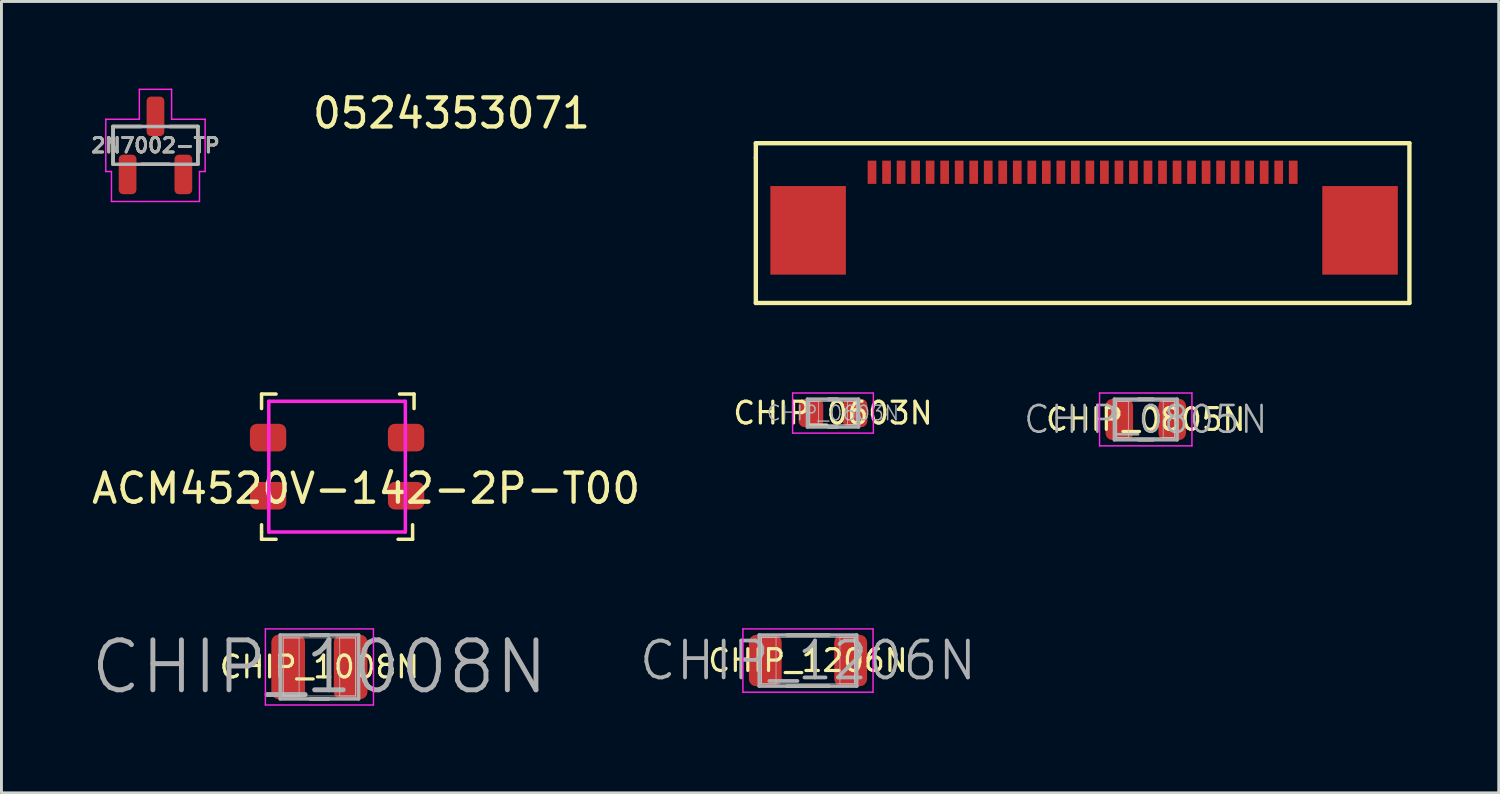
<source format=kicad_pcb>
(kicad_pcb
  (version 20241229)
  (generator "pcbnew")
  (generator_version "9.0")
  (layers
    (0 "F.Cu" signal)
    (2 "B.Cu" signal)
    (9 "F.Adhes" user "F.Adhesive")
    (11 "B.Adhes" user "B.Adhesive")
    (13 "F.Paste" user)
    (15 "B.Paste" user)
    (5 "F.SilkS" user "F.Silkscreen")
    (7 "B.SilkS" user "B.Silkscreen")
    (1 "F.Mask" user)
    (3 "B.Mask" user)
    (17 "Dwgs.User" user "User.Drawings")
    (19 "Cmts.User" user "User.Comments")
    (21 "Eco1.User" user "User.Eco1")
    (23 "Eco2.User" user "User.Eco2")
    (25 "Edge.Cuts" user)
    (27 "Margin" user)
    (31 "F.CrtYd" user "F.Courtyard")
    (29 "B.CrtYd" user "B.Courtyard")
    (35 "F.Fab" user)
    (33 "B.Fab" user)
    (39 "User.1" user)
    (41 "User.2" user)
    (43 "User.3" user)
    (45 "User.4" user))
  (footprint "0524353071"
    (layer "F.Cu")
    (at 26.97 2.88)
    (property "Reference" "0524353071" (at -14.478 -2.032 0) (layer "F.SilkS") (effects (font (size 1 1) (thickness 0.15))))
    (attr through_hole)
    (fp_line (start -4 -1) (end -4 -0.5) (stroke (width 0.15) (type solid)) (layer "F.SilkS"))
    (fp_line (start -4 -0.5) (end -4 4.5) (stroke (width 0.15) (type solid)) (layer "F.SilkS"))
    (fp_line (start -4 4.5) (end 18.5 4.5) (stroke (width 0.15) (type solid)) (layer "F.SilkS"))
    (fp_line (start 18.5 -1) (end -4 -1) (stroke (width 0.15) (type solid)) (layer "F.SilkS"))
    (fp_line (start 18.5 4.5) (end 18.5 -1) (stroke (width 0.15) (type solid)) (layer "F.SilkS"))
    (pad "1" smd rect (at 14.5 0) (size 0.3 0.8) (layers "F.Cu" "F.Mask" "F.Paste"))
    (pad "2" smd rect (at 14 0) (size 0.3 0.8) (layers "F.Cu" "F.Mask" "F.Paste"))
    (pad "3" smd rect (at 13.5 0) (size 0.3 0.8) (layers "F.Cu" "F.Mask" "F.Paste"))
    (pad "4" smd rect (at 13 0) (size 0.3 0.8) (layers "F.Cu" "F.Mask" "F.Paste"))
    (pad "5" smd rect (at 12.5 0) (size 0.3 0.8) (layers "F.Cu" "F.Mask" "F.Paste"))
    (pad "6" smd rect (at 12 0) (size 0.3 0.8) (layers "F.Cu" "F.Mask" "F.Paste"))
    (pad "7" smd rect (at 11.5 0) (size 0.3 0.8) (layers "F.Cu" "F.Mask" "F.Paste"))
    (pad "8" smd rect (at 11 0) (size 0.3 0.8) (layers "F.Cu" "F.Mask" "F.Paste"))
    (pad "9" smd rect (at 10.5 0) (size 0.3 0.8) (layers "F.Cu" "F.Mask" "F.Paste"))
    (pad "10" smd rect (at 10 0) (size 0.3 0.8) (layers "F.Cu" "F.Mask" "F.Paste"))
    (pad "11" smd rect (at 9.5 0) (size 0.3 0.8) (layers "F.Cu" "F.Mask" "F.Paste"))
    (pad "12" smd rect (at 9 0) (size 0.3 0.8) (layers "F.Cu" "F.Mask" "F.Paste"))
    (pad "13" smd rect (at 8.5 0) (size 0.3 0.8) (layers "F.Cu" "F.Mask" "F.Paste"))
    (pad "14" smd rect (at 8 0) (size 0.3 0.8) (layers "F.Cu" "F.Mask" "F.Paste"))
    (pad "15" smd rect (at 7.5 0) (size 0.3 0.8) (layers "F.Cu" "F.Mask" "F.Paste"))
    (pad "16" smd rect (at 7 0) (size 0.3 0.8) (layers "F.Cu" "F.Mask" "F.Paste"))
    (pad "17" smd rect (at 6.5 0) (size 0.3 0.8) (layers "F.Cu" "F.Mask" "F.Paste"))
    (pad "18" smd rect (at 6 0) (size 0.3 0.8) (layers "F.Cu" "F.Mask" "F.Paste"))
    (pad "19" smd rect (at 5.5 0) (size 0.3 0.8) (layers "F.Cu" "F.Mask" "F.Paste"))
    (pad "20" smd rect (at 5 0) (size 0.3 0.8) (layers "F.Cu" "F.Mask" "F.Paste"))
    (pad "21" smd rect (at 4.5 0) (size 0.3 0.8) (layers "F.Cu" "F.Mask" "F.Paste"))
    (pad "22" smd rect (at 4 0) (size 0.3 0.8) (layers "F.Cu" "F.Mask" "F.Paste"))
    (pad "23" smd rect (at 3.5 0) (size 0.3 0.8) (layers "F.Cu" "F.Mask" "F.Paste"))
    (pad "24" smd rect (at 3 0) (size 0.3 0.8) (layers "F.Cu" "F.Mask" "F.Paste"))
    (pad "25" smd rect (at 2.5 0) (size 0.3 0.8) (layers "F.Cu" "F.Mask" "F.Paste"))
    (pad "26" smd rect (at 2 0) (size 0.3 0.8) (layers "F.Cu" "F.Mask" "F.Paste"))
    (pad "27" smd rect (at 1.5 0) (size 0.3 0.8) (layers "F.Cu" "F.Mask" "F.Paste"))
    (pad "28" smd rect (at 1 0) (size 0.3 0.8) (layers "F.Cu" "F.Mask" "F.Paste"))
    (pad "29" smd rect (at 0.5 0) (size 0.3 0.8) (layers "F.Cu" "F.Mask" "F.Paste"))
    (pad "30" smd rect (at -2.2 2) (size 2.6 3.05) (layers "F.Cu" "F.Mask" "F.Paste"))
    (pad "30" smd rect (at 0 0) (size 0.3 0.8) (layers "F.Cu" "F.Mask" "F.Paste"))
    (pad "30" smd rect (at 16.8 2) (size 2.6 3.05) (layers "F.Cu" "F.Mask" "F.Paste")))
  (footprint "CHIP_1008N"
    (layer "F.Cu")
    (at 7.946 19.91)
    (property "Reference" "CHIP_1008N" (at 0 0 0) (layer "F.SilkS") (effects (font (size 0.75 0.75) (thickness 0.11))))
    (attr smd)
    (fp_line (start -0.315 -1.1) (end 0.315 -1.1) (stroke (width 0.12) (type solid)) (layer "F.SilkS"))
    (fp_line (start -0.315 1.1) (end 0.315 1.1) (stroke (width 0.12) (type solid)) (layer "F.SilkS"))
    (fp_line (start -1.25 -1) (end -0.7 -1) (stroke (width 0.025) (type solid)) (layer "Dwgs.User"))
    (fp_line (start -1.25 -1) (end 1.25 -1) (stroke (width 0.025) (type solid)) (layer "Dwgs.User"))
    (fp_line (start -1.25 1) (end -1.25 -1) (stroke (width 0.025) (type solid)) (layer "Dwgs.User"))
    (fp_line (start -1.25 1) (end -1.25 -1) (stroke (width 0.025) (type solid)) (layer "Dwgs.User"))
    (fp_line (start -0.7 -1) (end -0.7 1) (stroke (width 0.025) (type solid)) (layer "Dwgs.User"))
    (fp_line (start -0.7 1) (end -1.25 1) (stroke (width 0.025) (type solid)) (layer "Dwgs.User"))
    (fp_line (start 0.7 -1) (end 1.25 -1) (stroke (width 0.025) (type solid)) (layer "Dwgs.User"))
    (fp_line (start 0.7 1) (end 0.7 -1) (stroke (width 0.025) (type solid)) (layer "Dwgs.User"))
    (fp_line (start 1.25 -1) (end 1.25 1) (stroke (width 0.025) (type solid)) (layer "Dwgs.User"))
    (fp_line (start 1.25 -1) (end 1.25 1) (stroke (width 0.025) (type solid)) (layer "Dwgs.User"))
    (fp_line (start 1.25 1) (end -1.25 1) (stroke (width 0.025) (type solid)) (layer "Dwgs.User"))
    (fp_line (start 1.25 1) (end 0.7 1) (stroke (width 0.025) (type solid)) (layer "Dwgs.User"))
    (fp_line (start -1.86 -1.31) (end 1.86 -1.31) (stroke (width 0.05) (type solid)) (layer "F.CrtYd"))
    (fp_line (start -1.86 1.31) (end -1.86 -1.31) (stroke (width 0.05) (type solid)) (layer "F.CrtYd"))
    (fp_line (start 1.86 -1.31) (end 1.86 1.31) (stroke (width 0.05) (type solid)) (layer "F.CrtYd"))
    (fp_line (start 1.86 1.31) (end -1.86 1.31) (stroke (width 0.05) (type solid)) (layer "F.CrtYd"))
    (fp_line (start -1.35 -1.1) (end 1.35 -1.1) (stroke (width 0.12) (type solid)) (layer "F.Fab"))
    (fp_line (start -1.35 1.1) (end -1.35 -1.1) (stroke (width 0.12) (type solid)) (layer "F.Fab"))
    (fp_line (start 1.35 -1.1) (end 1.35 1.1) (stroke (width 0.12) (type solid)) (layer "F.Fab"))
    (fp_line (start 1.35 1.1) (end -1.35 1.1) (stroke (width 0.12) (type solid)) (layer "F.Fab"))
    (fp_text user "${REFERENCE}" (at 0 0 0) (layer "F.Fab") (effects (font (size 1.72 1.72) (thickness 0.17))))
    (pad "1" smd roundrect (at -1.075 0) (size 1.16 2.22) (layers "F.Cu" "F.Mask" "F.Paste") (roundrect_rratio 0.215))
    (pad "2" smd roundrect (at 1.075 0) (size 1.16 2.22) (layers "F.Cu" "F.Mask" "F.Paste") (roundrect_rratio 0.215)))
  (footprint "2N7002-TP"
    (layer "F.Cu")
    (at 2.302 1.955)
    (property "Reference" "2N7002-TP" (at 0 0 0) (layer "F.SilkS") (effects (font (size 0.5 0.5) (thickness 0.1))))
    (attr smd)
    (fp_line (start -1.46 -0.65) (end -0.485 -0.65) (stroke (width 0.12) (type solid)) (layer "F.SilkS"))
    (fp_line (start -1.46 0.65) (end -1.46 -0.65) (stroke (width 0.12) (type solid)) (layer "F.SilkS"))
    (fp_line (start -0.475 0.65) (end 0.475 0.65) (stroke (width 0.12) (type solid)) (layer "F.SilkS"))
    (fp_line (start 0.485 -0.65) (end 1.46 -0.65) (stroke (width 0.12) (type solid)) (layer "F.SilkS"))
    (fp_line (start 1.46 -0.65) (end 1.46 0.65) (stroke (width 0.12) (type solid)) (layer "F.SilkS"))
    (fp_line (start -1.46 -0.65) (end 1.46 -0.65) (stroke (width 0.025) (type solid)) (layer "Dwgs.User"))
    (fp_line (start -1.46 0.65) (end -1.46 -0.65) (stroke (width 0.025) (type solid)) (layer "Dwgs.User"))
    (fp_line (start 1.46 -0.65) (end 1.46 0.65) (stroke (width 0.025) (type solid)) (layer "Dwgs.User"))
    (fp_line (start 1.46 0.65) (end -1.46 0.65) (stroke (width 0.025) (type solid)) (layer "Dwgs.User"))
    (fp_line (start -1.71 -0.9) (end -1.71 0.9) (stroke (width 0.05) (type solid)) (layer "F.CrtYd"))
    (fp_line (start -1.71 0.9) (end -1.515 0.9) (stroke (width 0.05) (type solid)) (layer "F.CrtYd"))
    (fp_line (start -1.515 0.9) (end -1.515 1.93) (stroke (width 0.05) (type solid)) (layer "F.CrtYd"))
    (fp_line (start -1.515 1.93) (end 1.515 1.93) (stroke (width 0.05) (type solid)) (layer "F.CrtYd"))
    (fp_line (start -0.555 -1.93) (end -0.555 -0.9) (stroke (width 0.05) (type solid)) (layer "F.CrtYd"))
    (fp_line (start -0.555 -0.9) (end -1.71 -0.9) (stroke (width 0.05) (type solid)) (layer "F.CrtYd"))
    (fp_line (start 0.555 -1.93) (end -0.555 -1.93) (stroke (width 0.05) (type solid)) (layer "F.CrtYd"))
    (fp_line (start 0.555 -0.9) (end 0.555 -1.93) (stroke (width 0.05) (type solid)) (layer "F.CrtYd"))
    (fp_line (start 1.515 0.9) (end 1.71 0.9) (stroke (width 0.05) (type solid)) (layer "F.CrtYd"))
    (fp_line (start 1.515 1.93) (end 1.515 0.9) (stroke (width 0.05) (type solid)) (layer "F.CrtYd"))
    (fp_line (start 1.71 -0.9) (end 0.555 -0.9) (stroke (width 0.05) (type solid)) (layer "F.CrtYd"))
    (fp_line (start 1.71 0.9) (end 1.71 -0.9) (stroke (width 0.05) (type solid)) (layer "F.CrtYd"))
    (fp_line (start -1.46 -0.65) (end 1.46 -0.65) (stroke (width 0.12) (type solid)) (layer "F.Fab"))
    (fp_line (start -1.46 0.65) (end -1.46 -0.65) (stroke (width 0.12) (type solid)) (layer "F.Fab"))
    (fp_line (start 1.46 -0.65) (end 1.46 0.65) (stroke (width 0.12) (type solid)) (layer "F.Fab"))
    (fp_line (start 1.46 0.65) (end -1.46 0.65) (stroke (width 0.12) (type solid)) (layer "F.Fab"))
    (fp_text user "${REFERENCE}" (at 0 0 0) (layer "F.Fab") (effects (font (size 0.5 0.5) (thickness 0.1))))
    (pad "1" smd roundrect (at -0.96 1 90) (size 1.36 0.61) (layers "F.Cu" "F.Mask" "F.Paste") (roundrect_rratio 0.246))
    (pad "2" smd roundrect (at 0.96 1 90) (size 1.36 0.61) (layers "F.Cu" "F.Mask" "F.Paste") (roundrect_rratio 0.246))
    (pad "3" smd roundrect (at 0 -1 90) (size 1.36 0.61) (layers "F.Cu" "F.Mask" "F.Paste") (roundrect_rratio 0.246)))
  (footprint "CHIP_0603N"
    (layer "F.Cu")
    (at 25.626 11.17)
    (property "Reference" "CHIP_0603N" (at 0 0 0) (layer "F.SilkS") (effects (font (size 0.75 0.75) (thickness 0.11))))
    (attr smd)
    (fp_line (start -0.155 -0.48) (end 0.155 -0.48) (stroke (width 0.12) (type solid)) (layer "F.SilkS"))
    (fp_line (start -0.155 0.48) (end 0.155 0.48) (stroke (width 0.12) (type solid)) (layer "F.SilkS"))
    (fp_line (start -0.8 -0.4) (end -0.5 -0.4) (stroke (width 0.025) (type solid)) (layer "Dwgs.User"))
    (fp_line (start -0.8 -0.4) (end 0.8 -0.4) (stroke (width 0.025) (type solid)) (layer "Dwgs.User"))
    (fp_line (start -0.8 0.4) (end -0.8 -0.4) (stroke (width 0.025) (type solid)) (layer "Dwgs.User"))
    (fp_line (start -0.8 0.4) (end -0.8 -0.4) (stroke (width 0.025) (type solid)) (layer "Dwgs.User"))
    (fp_line (start -0.5 -0.4) (end -0.5 0.4) (stroke (width 0.025) (type solid)) (layer "Dwgs.User"))
    (fp_line (start -0.5 0.4) (end -0.8 0.4) (stroke (width 0.025) (type solid)) (layer "Dwgs.User"))
    (fp_line (start 0.5 -0.4) (end 0.8 -0.4) (stroke (width 0.025) (type solid)) (layer "Dwgs.User"))
    (fp_line (start 0.5 0.4) (end 0.5 -0.4) (stroke (width 0.025) (type solid)) (layer "Dwgs.User"))
    (fp_line (start 0.8 -0.4) (end 0.8 0.4) (stroke (width 0.025) (type solid)) (layer "Dwgs.User"))
    (fp_line (start 0.8 -0.4) (end 0.8 0.4) (stroke (width 0.025) (type solid)) (layer "Dwgs.User"))
    (fp_line (start 0.8 0.4) (end -0.8 0.4) (stroke (width 0.025) (type solid)) (layer "Dwgs.User"))
    (fp_line (start 0.8 0.4) (end 0.5 0.4) (stroke (width 0.025) (type solid)) (layer "Dwgs.User"))
    (fp_line (start -1.39 -0.69) (end 1.39 -0.69) (stroke (width 0.05) (type solid)) (layer "F.CrtYd"))
    (fp_line (start -1.39 0.69) (end -1.39 -0.69) (stroke (width 0.05) (type solid)) (layer "F.CrtYd"))
    (fp_line (start 1.39 -0.69) (end 1.39 0.69) (stroke (width 0.05) (type solid)) (layer "F.CrtYd"))
    (fp_line (start 1.39 0.69) (end -1.39 0.69) (stroke (width 0.05) (type solid)) (layer "F.CrtYd"))
    (fp_line (start -0.88 -0.48) (end 0.88 -0.48) (stroke (width 0.12) (type solid)) (layer "F.Fab"))
    (fp_line (start -0.88 0.48) (end -0.88 -0.48) (stroke (width 0.12) (type solid)) (layer "F.Fab"))
    (fp_line (start 0.88 -0.48) (end 0.88 0.48) (stroke (width 0.12) (type solid)) (layer "F.Fab"))
    (fp_line (start 0.88 0.48) (end -0.88 0.48) (stroke (width 0.12) (type solid)) (layer "F.Fab"))
    (fp_text user "${REFERENCE}" (at 0 0 0) (layer "F.Fab") (effects (font (size 0.5 0.5) (thickness 0.05))))
    (pad "1" smd roundrect (at -0.76 0) (size 0.85 0.97) (layers "F.Cu" "F.Mask" "F.Paste") (roundrect_rratio 0.247))
    (pad "2" smd roundrect (at 0.76 0) (size 0.85 0.97) (layers "F.Cu" "F.Mask" "F.Paste") (roundrect_rratio 0.247)))
  (footprint "CHIP_0805N"
    (layer "F.Cu")
    (at 36.393 11.39)
    (property "Reference" "CHIP_0805N" (at 0 0 0) (layer "F.SilkS") (effects (font (size 0.75 0.75) (thickness 0.11))))
    (attr smd)
    (fp_line (start -0.255 -0.7) (end 0.255 -0.7) (stroke (width 0.12) (type solid)) (layer "F.SilkS"))
    (fp_line (start -0.255 0.7) (end 0.255 0.7) (stroke (width 0.12) (type solid)) (layer "F.SilkS"))
    (fp_line (start -1 -0.625) (end -0.6 -0.625) (stroke (width 0.025) (type solid)) (layer "Dwgs.User"))
    (fp_line (start -1 -0.625) (end 1 -0.625) (stroke (width 0.025) (type solid)) (layer "Dwgs.User"))
    (fp_line (start -1 0.625) (end -1 -0.625) (stroke (width 0.025) (type solid)) (layer "Dwgs.User"))
    (fp_line (start -1 0.625) (end -1 -0.625) (stroke (width 0.025) (type solid)) (layer "Dwgs.User"))
    (fp_line (start -0.6 -0.625) (end -0.6 0.625) (stroke (width 0.025) (type solid)) (layer "Dwgs.User"))
    (fp_line (start -0.6 0.625) (end -1 0.625) (stroke (width 0.025) (type solid)) (layer "Dwgs.User"))
    (fp_line (start 0.6 -0.625) (end 1 -0.625) (stroke (width 0.025) (type solid)) (layer "Dwgs.User"))
    (fp_line (start 0.6 0.625) (end 0.6 -0.625) (stroke (width 0.025) (type solid)) (layer "Dwgs.User"))
    (fp_line (start 1 -0.625) (end 1 0.625) (stroke (width 0.025) (type solid)) (layer "Dwgs.User"))
    (fp_line (start 1 -0.625) (end 1 0.625) (stroke (width 0.025) (type solid)) (layer "Dwgs.User"))
    (fp_line (start 1 0.625) (end -1 0.625) (stroke (width 0.025) (type solid)) (layer "Dwgs.User"))
    (fp_line (start 1 0.625) (end 0.6 0.625) (stroke (width 0.025) (type solid)) (layer "Dwgs.User"))
    (fp_line (start -1.59 -0.91) (end 1.59 -0.91) (stroke (width 0.05) (type solid)) (layer "F.CrtYd"))
    (fp_line (start -1.59 0.91) (end -1.59 -0.91) (stroke (width 0.05) (type solid)) (layer "F.CrtYd"))
    (fp_line (start 1.59 -0.91) (end 1.59 0.91) (stroke (width 0.05) (type solid)) (layer "F.CrtYd"))
    (fp_line (start 1.59 0.91) (end -1.59 0.91) (stroke (width 0.05) (type solid)) (layer "F.CrtYd"))
    (fp_line (start -1.08 -0.7) (end 1.08 -0.7) (stroke (width 0.12) (type solid)) (layer "F.Fab"))
    (fp_line (start -1.08 0.7) (end -1.08 -0.7) (stroke (width 0.12) (type solid)) (layer "F.Fab"))
    (fp_line (start 1.08 -0.7) (end 1.08 0.7) (stroke (width 0.12) (type solid)) (layer "F.Fab"))
    (fp_line (start 1.08 0.7) (end -1.08 0.7) (stroke (width 0.12) (type solid)) (layer "F.Fab"))
    (fp_text user "${REFERENCE}" (at 0 0 0) (layer "F.Fab") (effects (font (size 0.92 0.92) (thickness 0.09))))
    (pad "1" smd roundrect (at -0.91 0) (size 0.95 1.42) (layers "F.Cu" "F.Mask" "F.Paste") (roundrect_rratio 0.253))
    (pad "2" smd roundrect (at 0.91 0) (size 0.95 1.42) (layers "F.Cu" "F.Mask" "F.Paste") (roundrect_rratio 0.253)))
  (footprint "CHIP_1206N"
    (layer "F.Cu")
    (at 24.765 19.69)
    (property "Reference" "CHIP_1206N" (at 0 0 0) (layer "F.SilkS") (effects (font (size 0.75 0.75) (thickness 0.11))))
    (attr smd)
    (fp_line (start -0.725 -0.88) (end 0.725 -0.88) (stroke (width 0.12) (type solid)) (layer "F.SilkS"))
    (fp_line (start -0.725 0.88) (end 0.725 0.88) (stroke (width 0.12) (type solid)) (layer "F.SilkS"))
    (fp_line (start -1.6 -0.8) (end -1.1 -0.8) (stroke (width 0.025) (type solid)) (layer "Dwgs.User"))
    (fp_line (start -1.6 -0.8) (end 1.6 -0.8) (stroke (width 0.025) (type solid)) (layer "Dwgs.User"))
    (fp_line (start -1.6 0.8) (end -1.6 -0.8) (stroke (width 0.025) (type solid)) (layer "Dwgs.User"))
    (fp_line (start -1.6 0.8) (end -1.6 -0.8) (stroke (width 0.025) (type solid)) (layer "Dwgs.User"))
    (fp_line (start -1.1 -0.8) (end -1.1 0.8) (stroke (width 0.025) (type solid)) (layer "Dwgs.User"))
    (fp_line (start -1.1 0.8) (end -1.6 0.8) (stroke (width 0.025) (type solid)) (layer "Dwgs.User"))
    (fp_line (start 1.1 -0.8) (end 1.6 -0.8) (stroke (width 0.025) (type solid)) (layer "Dwgs.User"))
    (fp_line (start 1.1 0.8) (end 1.1 -0.8) (stroke (width 0.025) (type solid)) (layer "Dwgs.User"))
    (fp_line (start 1.6 -0.8) (end 1.6 0.8) (stroke (width 0.025) (type solid)) (layer "Dwgs.User"))
    (fp_line (start 1.6 -0.8) (end 1.6 0.8) (stroke (width 0.025) (type solid)) (layer "Dwgs.User"))
    (fp_line (start 1.6 0.8) (end -1.6 0.8) (stroke (width 0.025) (type solid)) (layer "Dwgs.User"))
    (fp_line (start 1.6 0.8) (end 1.1 0.8) (stroke (width 0.025) (type solid)) (layer "Dwgs.User"))
    (fp_line (start -2.24 -1.09) (end 2.24 -1.09) (stroke (width 0.05) (type solid)) (layer "F.CrtYd"))
    (fp_line (start -2.24 1.09) (end -2.24 -1.09) (stroke (width 0.05) (type solid)) (layer "F.CrtYd"))
    (fp_line (start 2.24 -1.09) (end 2.24 1.09) (stroke (width 0.05) (type solid)) (layer "F.CrtYd"))
    (fp_line (start 2.24 1.09) (end -2.24 1.09) (stroke (width 0.05) (type solid)) (layer "F.CrtYd"))
    (fp_line (start -1.68 -0.88) (end 1.68 -0.88) (stroke (width 0.12) (type solid)) (layer "F.Fab"))
    (fp_line (start -1.68 0.88) (end -1.68 -0.88) (stroke (width 0.12) (type solid)) (layer "F.Fab"))
    (fp_line (start 1.68 -0.88) (end 1.68 0.88) (stroke (width 0.12) (type solid)) (layer "F.Fab"))
    (fp_line (start 1.68 0.88) (end -1.68 0.88) (stroke (width 0.12) (type solid)) (layer "F.Fab"))
    (fp_text user "${REFERENCE}" (at 0 0 0) (layer "F.Fab") (effects (font (size 1.27 1.27) (thickness 0.13))))
    (pad "1" smd roundrect (at -1.47 0) (size 1.13 1.77) (layers "F.Cu" "F.Mask" "F.Paste") (roundrect_rratio 0.221))
    (pad "2" smd roundrect (at 1.47 0) (size 1.13 1.77) (layers "F.Cu" "F.Mask" "F.Paste") (roundrect_rratio 0.221)))
  (footprint "ACM4520V-142-2P-T00"
    (layer "F.Cu")
    (at 8.554 13.015)
    (property "Reference" "ACM4520V-142-2P-T00" (at 1 0.75 0) (layer "F.SilkS") (effects (font (size 1 1) (thickness 0.15))))
    (attr through_hole)
    (fp_line (start -2.6 -2.5) (end -2.1 -2.5) (stroke (width 0.12) (type solid)) (layer "F.SilkS"))
    (fp_line (start -2.6 -2) (end -2.6 -2.5) (stroke (width 0.12) (type solid)) (layer "F.SilkS"))
    (fp_line (start -2.6 2) (end -2.6 2.25) (stroke (width 0.12) (type solid)) (layer "F.SilkS"))
    (fp_line (start -2.6 2.25) (end -2.6 2.5) (stroke (width 0.12) (type solid)) (layer "F.SilkS"))
    (fp_line (start -2.6 2.5) (end -2.1 2.5) (stroke (width 0.12) (type solid)) (layer "F.SilkS"))
    (fp_line (start 2.6 2) (end 2.6 2.5) (stroke (width 0.12) (type solid)) (layer "F.SilkS"))
    (fp_line (start 2.6 2.5) (end 2.1 2.5) (stroke (width 0.12) (type solid)) (layer "F.SilkS"))
    (fp_line (start 2.65 -2.5) (end 2.15 -2.5) (stroke (width 0.12) (type solid)) (layer "F.SilkS"))
    (fp_line (start 2.65 -2) (end 2.65 -2.5) (stroke (width 0.12) (type solid)) (layer "F.SilkS"))
    (fp_line (start -2.35 -2.25) (end 2.35 -2.25) (stroke (width 0.12) (type solid)) (layer "F.CrtYd"))
    (fp_line (start -2.35 2.25) (end -2.35 -2.25) (stroke (width 0.12) (type solid)) (layer "F.CrtYd"))
    (fp_line (start 2.35 2.25) (end -2.35 2.25) (stroke (width 0.12) (type solid)) (layer "F.CrtYd"))
    (fp_line (start 2.35 2.25) (end 2.35 -2.25) (stroke (width 0.12) (type solid)) (layer "F.CrtYd"))
    (pad "1" smd roundrect (at -2.375 1) (size 1.25 0.95) (layers "F.Cu" "F.Mask" "F.Paste") (roundrect_rratio 0.25))
    (pad "2" smd roundrect (at -2.375 -1) (size 1.25 0.95) (layers "F.Cu" "F.Mask" "F.Paste") (roundrect_rratio 0.25))
    (pad "3" smd roundrect (at 2.375 -1) (size 1.25 0.95) (layers "F.Cu" "F.Mask" "F.Paste") (roundrect_rratio 0.25))
    (pad "4" smd roundrect (at 2.375 1) (size 1.25 0.95) (layers "F.Cu" "F.Mask" "F.Paste") (roundrect_rratio 0.25)))
  (gr_rect
    (start -3 -3)
    (end 48.545 24.245)
    (stroke (width 0.1) (type default))
    (fill no)
    (layer "Edge.Cuts")))
</source>
